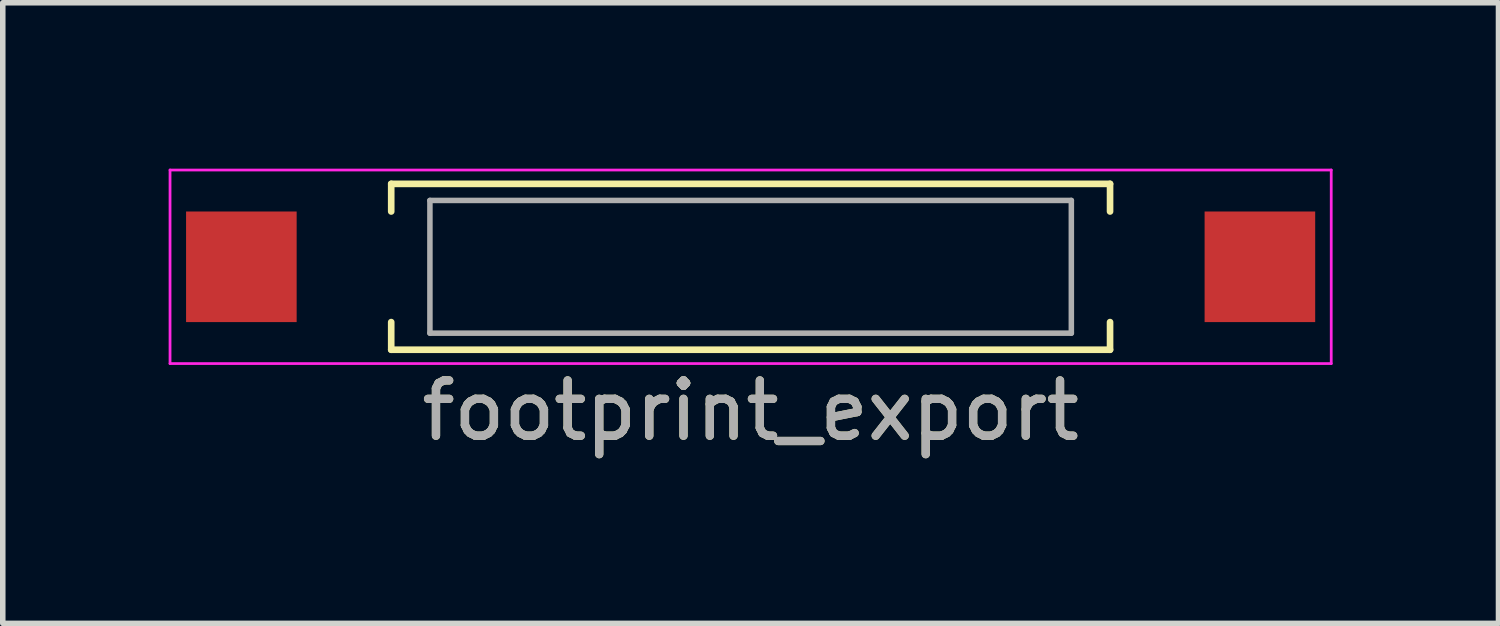
<source format=kicad_pcb>
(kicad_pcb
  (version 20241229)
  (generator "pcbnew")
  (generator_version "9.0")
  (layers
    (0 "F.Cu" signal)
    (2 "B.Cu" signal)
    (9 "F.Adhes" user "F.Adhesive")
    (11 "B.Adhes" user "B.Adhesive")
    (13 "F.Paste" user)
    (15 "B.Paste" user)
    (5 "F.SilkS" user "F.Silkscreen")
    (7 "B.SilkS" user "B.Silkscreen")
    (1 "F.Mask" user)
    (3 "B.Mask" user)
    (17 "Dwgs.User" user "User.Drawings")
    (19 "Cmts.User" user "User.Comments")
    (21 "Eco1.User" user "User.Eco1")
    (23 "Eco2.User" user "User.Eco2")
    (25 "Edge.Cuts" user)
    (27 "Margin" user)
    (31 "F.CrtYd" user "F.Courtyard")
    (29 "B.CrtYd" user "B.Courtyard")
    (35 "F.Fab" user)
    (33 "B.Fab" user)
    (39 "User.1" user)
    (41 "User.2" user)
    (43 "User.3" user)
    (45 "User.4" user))
  (footprint "footprint_export"
    (layer "F.Cu")
    (at 10.525 1.775)
    (property "Reference" "footprint_export" (at 0 2.6 0) (layer "F.SilkS") (effects (font (size 1 1) (thickness 0.15))))
    (attr smd)
    (fp_line (start -6.5 -1.5) (end -6.5 -1) (stroke (width 0.12) (type solid)) (layer "F.SilkS"))
    (fp_line (start -6.5 1) (end -6.5 1.5) (stroke (width 0.12) (type solid)) (layer "F.SilkS"))
    (fp_line (start -6.5 1.5) (end 6.5 1.5) (stroke (width 0.12) (type solid)) (layer "F.SilkS"))
    (fp_line (start 6.5 -1.5) (end -6.5 -1.5) (stroke (width 0.12) (type solid)) (layer "F.SilkS"))
    (fp_line (start 6.5 -1) (end 6.5 -1.5) (stroke (width 0.12) (type solid)) (layer "F.SilkS"))
    (fp_line (start 6.5 1.5) (end 6.5 1) (stroke (width 0.12) (type solid)) (layer "F.SilkS"))
    (fp_line (start -10.5 -1.75) (end -10.5 1.75) (stroke (width 0.05) (type solid)) (layer "F.CrtYd"))
    (fp_line (start -10.5 1.75) (end 10.5 1.75) (stroke (width 0.05) (type solid)) (layer "F.CrtYd"))
    (fp_line (start 10.5 -1.75) (end -10.5 -1.75) (stroke (width 0.05) (type solid)) (layer "F.CrtYd"))
    (fp_line (start 10.5 1.75) (end 10.5 -1.75) (stroke (width 0.05) (type solid)) (layer "F.CrtYd"))
    (fp_line (start -5.8 -1.2) (end -5.8 1.2) (stroke (width 0.1) (type solid)) (layer "F.Fab"))
    (fp_line (start -5.8 1.2) (end 5.8 1.2) (stroke (width 0.1) (type solid)) (layer "F.Fab"))
    (fp_line (start 5.8 -1.2) (end -5.8 -1.2) (stroke (width 0.1) (type solid)) (layer "F.Fab"))
    (fp_line (start 5.8 1.2) (end 5.8 -1.2) (stroke (width 0.1) (type solid)) (layer "F.Fab"))
    (fp_text user "${REFERENCE}" (at 0 2.6 0) (layer "F.Fab") (effects (font (size 1 1) (thickness 0.15))))
    (pad "1" smd rect (at -9.21 0) (size 2 2) (layers "F.Cu" "F.Mask" "F.Paste"))
    (pad "2" smd rect (at 9.21 0) (size 2 2) (layers "F.Cu" "F.Mask" "F.Paste")))
  (gr_rect
    (start -3 -3)
    (end 24.05 8.223)
    (stroke (width 0.1) (type default))
    (fill no)
    (layer "Edge.Cuts")))
</source>
